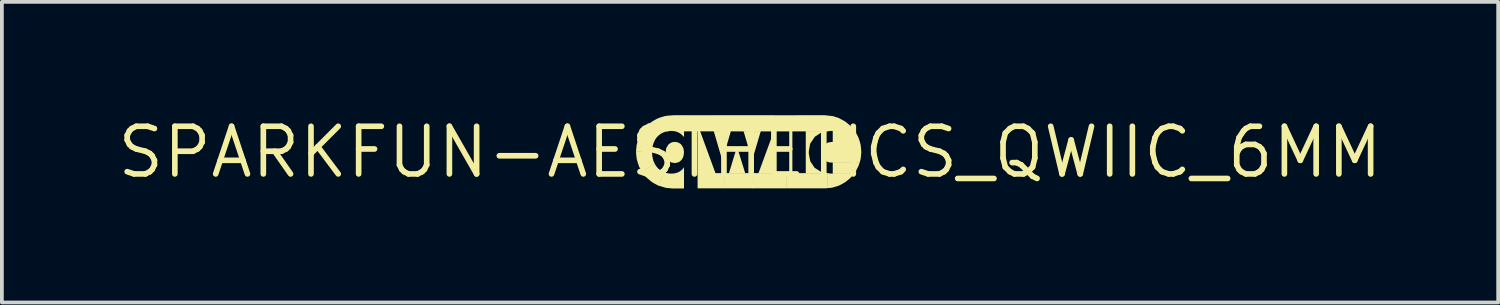
<source format=kicad_pcb>
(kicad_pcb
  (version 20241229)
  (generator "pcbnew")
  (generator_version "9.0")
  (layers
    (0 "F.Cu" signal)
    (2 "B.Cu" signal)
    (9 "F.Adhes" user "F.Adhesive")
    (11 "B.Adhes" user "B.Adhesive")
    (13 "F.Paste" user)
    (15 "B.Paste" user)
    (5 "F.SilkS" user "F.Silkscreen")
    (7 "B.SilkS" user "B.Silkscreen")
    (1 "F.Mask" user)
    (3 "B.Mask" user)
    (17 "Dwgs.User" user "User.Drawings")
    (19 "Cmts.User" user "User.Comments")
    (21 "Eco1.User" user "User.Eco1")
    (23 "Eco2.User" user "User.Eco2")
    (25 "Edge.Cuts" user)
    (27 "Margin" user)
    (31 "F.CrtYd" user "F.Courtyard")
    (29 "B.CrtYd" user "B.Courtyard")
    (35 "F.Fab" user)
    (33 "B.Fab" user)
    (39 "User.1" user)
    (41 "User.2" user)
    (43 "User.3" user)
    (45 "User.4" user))
  (footprint "SPARKFUN-AESTHETICS_QWIIC_6MM"
    (layer "F.Cu")
    (at 16.941 1.006)
    (property "Reference" "SPARKFUN-AESTHETICS_QWIIC_6MM" (at 0 0 0) (layer "F.SilkS") (effects (font (size 1.27 1.27) (thickness 0.15))))
    (fp_poly (pts (xy -0.739 0.221) (xy -0.968 -0.563) (xy -0.958 -0.563) (xy -0.51 -0.564)) (stroke (width 0) (type default)) (fill yes) (layer "F.SilkS"))
    (fp_poly (pts (xy -0.162 -0.563) (xy 0.287 -0.563) (xy 0.055 0.219) (xy -0.175 -0.57)) (stroke (width 0) (type default)) (fill yes) (layer "F.SilkS"))
    (fp_poly (pts (xy -0.126 0.569) (xy -0.565 0.569) (xy -0.354 -0.123) (xy -0.344 -0.133)) (stroke (width 0) (type default)) (fill yes) (layer "F.SilkS"))
    (fp_poly (pts (xy 0.079 0.963) (xy -0.678 0.964) (xy -0.678 0.558) (xy 0.078 0.558)) (stroke (width 0) (type default)) (fill yes) (layer "F.SilkS"))
    (fp_poly (pts (xy 0.646 -0.554) (xy -0.967 -0.555) (xy -0.967 -0.985) (xy 0.646 -0.985)) (stroke (width 0) (type default)) (fill yes) (layer "F.SilkS"))
    (fp_poly (pts (xy 0.686 0.569) (xy 0.221 0.569) (xy 0.637 -0.563) (xy 0.686 -0.563)) (stroke (width 0) (type default)) (fill yes) (layer "F.SilkS"))
    (fp_poly (pts (xy 0.969 0.964) (xy 0.069 0.964) (xy 0.069 0.558) (xy 0.969 0.558)) (stroke (width 0) (type default)) (fill yes) (layer "F.SilkS"))
    (fp_poly (pts (xy 1.128 0.567) (xy 1.044 0.567) (xy 1.044 -0.564) (xy 1.128 -0.564)) (stroke (width 0) (type default)) (fill yes) (layer "F.SilkS"))
    (fp_poly (pts (xy -0.958 -0.555) (xy -1.768 -0.555) (xy -1.768 -0.973) (xy -1.77 -0.973) (xy -1.77 -0.985) (xy -0.958 -0.985)) (stroke (width 0) (type default)) (fill yes) (layer "F.SilkS"))
    (fp_poly (pts (xy 1.497 -0.553) (xy 0.636 -0.553) (xy 0.636 -0.979) (xy 0.641 -0.979) (xy 0.641 -0.984) (xy 1.496 -0.985)) (stroke (width 0) (type default)) (fill yes) (layer "F.SilkS"))
    (fp_poly (pts (xy 2.072 0.959) (xy 1.976 0.964) (xy 0.961 0.964) (xy 0.962 0.569) (xy 0.954 0.558) (xy 2.072 0.558)) (stroke (width 0) (type default)) (fill yes) (layer "F.SilkS"))
    (fp_poly (pts (xy -0.922 0.558) (xy -0.669 0.558) (xy -0.669 0.964) (xy -1.398 0.964) (xy -1.399 -0.559) (xy -1.399 -0.566) (xy -1.333 -0.566)) (stroke (width 0) (type default)) (fill yes) (layer "F.SilkS"))
    (fp_poly (pts (xy 2.212 -0.96) (xy 2.212 -0.567) (xy 2.144 -0.567) (xy 2.052 -0.553) (xy 1.488 -0.553) (xy 1.488 -0.985) (xy 1.992 -0.985)) (stroke (width 0) (type default)) (fill yes) (layer "F.SilkS"))
    (fp_poly (pts (xy 2.214 -0.575) (xy 2.782 -0.575) (xy 2.808 -0.54) (xy 2.84 -0.484) (xy 2.879 -0.412) (xy 2.899 -0.362) (xy 2.93 -0.266) (xy 2.204 -0.265) (xy 2.204 -0.585)) (stroke (width 0) (type default)) (fill yes) (layer "F.SilkS"))
    (fp_poly (pts (xy 2.903 0.332) (xy 2.891 0.367) (xy 2.852 0.442) (xy 2.791 0.548) (xy 2.767 0.579) (xy 2.204 0.579) (xy 2.204 0.27) (xy 2.208 0.266) (xy 2.924 0.266)) (stroke (width 0) (type default)) (fill yes) (layer "F.SilkS"))
    (fp_poly (pts (xy 2.304 -0.93) (xy 2.357 -0.913) (xy 2.423 -0.88) (xy 2.507 -0.834) (xy 2.551 -0.807) (xy 2.584 -0.779) (xy 2.628 -0.743) (xy 2.668 -0.71) (xy 2.707 -0.669) (xy 2.791 -0.565) (xy 2.203 -0.565) (xy 2.203 -0.962)) (stroke (width 0) (type default)) (fill yes) (layer "F.SilkS"))
    (fp_poly (pts (xy 2.932 -0.256) (xy 2.944 -0.216) (xy 2.949 -0.184) (xy 2.96 -0.083) (xy 2.966 0.005) (xy 2.95 0.161) (xy 2.941 0.209) (xy 2.92 0.277) (xy 2.203 0.278) (xy 2.203 -0.271) (xy 2.207 -0.275) (xy 2.927 -0.275)) (stroke (width 0) (type default)) (fill yes) (layer "F.SilkS"))
    (fp_poly (pts (xy 1.494 -0.562) (xy 2.054 -0.562) (xy 2.055 -0.551) (xy 1.888 -0.518) (xy 1.726 -0.411) (xy 1.601 -0.224) (xy 1.566 -0.019) (xy 1.566 0.034) (xy 1.605 0.241) (xy 1.719 0.415) (xy 1.897 0.528) (xy 2.067 0.559) (xy 2.066 0.57) (xy 1.485 0.57) (xy 1.485 -0.567)) (stroke (width 0) (type default)) (fill yes) (layer "F.SilkS"))
    (fp_poly (pts (xy 2.105 0.565) (xy 2.147 0.569) (xy 2.196 0.571) (xy 2.774 0.571) (xy 2.705 0.653) (xy 2.661 0.698) (xy 2.586 0.761) (xy 2.523 0.808) (xy 2.457 0.845) (xy 2.4 0.875) (xy 2.337 0.902) (xy 2.267 0.923) (xy 2.205 0.941) (xy 2.186 0.947) (xy 2.062 0.959) (xy 2.062 0.559) (xy 2.071 0.559)) (stroke (width 0) (type default)) (fill yes) (layer "F.SilkS"))
    (fp_poly (pts (xy 2.213 0.276) (xy 2.139 0.276) (xy 2.091 0.267) (xy 2.038 0.245) (xy 1.997 0.213) (xy 1.97 0.172) (xy 1.943 0.121) (xy 1.927 0.029) (xy 1.927 -0.012) (xy 1.936 -0.089) (xy 1.957 -0.141) (xy 1.981 -0.187) (xy 2.02 -0.222) (xy 2.057 -0.248) (xy 2.088 -0.258) (xy 2.145 -0.269) (xy 2.206 -0.273) (xy 2.213 -0.273)) (stroke (width 0) (type default)) (fill yes) (layer "F.SilkS"))
    (fp_poly (pts (xy -2.529 0.33) (xy -2.505 0.367) (xy -2.487 0.391) (xy -2.465 0.416) (xy -2.439 0.443) (xy -2.409 0.469) (xy -2.38 0.489) (xy -2.345 0.51) (xy -2.313 0.526) (xy -2.277 0.539) (xy -2.444 0.892) (xy -2.489 0.867) (xy -2.523 0.849) (xy -2.564 0.827) (xy -2.611 0.798) (xy -2.634 0.781) (xy -2.75 0.686) (xy -2.813 0.611) (xy -2.847 0.57) (xy -2.887 0.516) (xy -2.544 0.303)) (stroke (width 0) (type default)) (fill yes) (layer "F.SilkS"))
    (fp_poly (pts (xy -2.612 -0.002) (xy -2.611 0.024) (xy -2.607 0.088) (xy -2.602 0.12) (xy -2.592 0.164) (xy -2.581 0.212) (xy -2.57 0.244) (xy -2.555 0.277) (xy -2.54 0.311) (xy -2.924 0.551) (xy -2.887 0.514) (xy -2.896 0.498) (xy -2.923 0.448) (xy -2.948 0.403) (xy -2.97 0.348) (xy -2.998 0.264) (xy -3.016 0.197) (xy -3.023 0.164) (xy -3.027 0.125) (xy -3.027 0.125) (xy -3.032 0.078) (xy -3.037 0.026) (xy -3.038 -0.023) (xy -2.61 -0.042)) (stroke (width 0) (type default)) (fill yes) (layer "F.SilkS"))
    (fp_poly (pts (xy -1.76 0.414) (xy -1.76 0.967) (xy -2.072 0.967) (xy -2.244 0.95) (xy -2.452 0.889) (xy -2.287 0.536) (xy -2.221 0.557) (xy -2.16 0.567) (xy -2.125 0.57) (xy -2.095 0.571) (xy -2.065 0.571) (xy -2.03 0.567) (xy -1.998 0.562) (xy -1.97 0.555) (xy -1.933 0.543) (xy -1.906 0.531) (xy -1.876 0.515) (xy -1.855 0.501) (xy -1.836 0.486) (xy -1.813 0.467) (xy -1.795 0.448) (xy -1.785 0.435) (xy -1.779 0.425) (xy -1.768 0.406)) (stroke (width 0) (type default)) (fill yes) (layer "F.SilkS"))
    (fp_poly (pts (xy -1.931 -0.263) (xy -1.881 -0.24) (xy -1.838 -0.208) (xy -1.802 -0.154) (xy -1.78 -0.115) (xy -1.77 -0.071) (xy -1.762 -0.015) (xy -1.764 0.042) (xy -1.773 0.097) (xy -1.789 0.146) (xy -1.819 0.195) (xy -1.853 0.232) (xy -1.898 0.266) (xy -2.003 0.292) (xy -2.111 0.27) (xy -2.186 0.204) (xy -2.216 0.156) (xy -2.237 0.102) (xy -2.251 -0.004) (xy -2.233 -0.11) (xy -2.18 -0.198) (xy -2.18 -0.201) (xy -2.135 -0.235) (xy -2.087 -0.261) (xy -2.034 -0.273) (xy -1.981 -0.273)) (stroke (width 0) (type default)) (fill yes) (layer "F.SilkS"))
    (fp_poly (pts (xy -1.759 -0.403) (xy -1.778 -0.425) (xy -1.802 -0.449) (xy -1.827 -0.472) (xy -1.857 -0.495) (xy -1.882 -0.51) (xy -1.91 -0.525) (xy -1.938 -0.537) (xy -1.938 -0.537) (xy -1.96 -0.546) (xy -1.983 -0.552) (xy -1.996 -0.555) (xy -2.026 -0.561) (xy -2.047 -0.563) (xy -2.077 -0.566) (xy -2.094 -0.566) (xy -2.141 -0.564) (xy -2.182 -0.56) (xy -2.232 -0.551) (xy -2.272 -0.541) (xy -2.307 -0.527) (xy -2.342 -0.511) (xy -2.601 -0.823) (xy -2.592 -0.828) (xy -2.526 -0.865) (xy -2.465 -0.898) (xy -2.396 -0.924) (xy -2.27 -0.961) (xy -2.203 -0.972) (xy -2.038 -0.985) (xy -1.759 -0.985)) (stroke (width 0) (type default)) (fill yes) (layer "F.SilkS"))
    (fp_poly (pts (xy -2.332 -0.516) (xy -2.375 -0.493) (xy -2.402 -0.473) (xy -2.455 -0.43) (xy -2.486 -0.395) (xy -2.509 -0.365) (xy -2.524 -0.344) (xy -2.542 -0.309) (xy -2.559 -0.273) (xy -2.572 -0.243) (xy -2.585 -0.202) (xy -2.593 -0.17) (xy -2.6 -0.138) (xy -2.604 -0.109) (xy -2.61 -0.035) (xy -3.04 -0.013) (xy -3.036 -0.061) (xy -3.029 -0.129) (xy -3.023 -0.19) (xy -2.984 -0.337) (xy -2.984 -0.329) (xy -2.961 -0.394) (xy -2.921 -0.472) (xy -2.905 -0.501) (xy -2.886 -0.532) (xy -2.867 -0.56) (xy -2.845 -0.589) (xy -2.813 -0.628) (xy -2.778 -0.67) (xy -2.752 -0.699) (xy -2.734 -0.715) (xy -2.71 -0.736) (xy -2.682 -0.76) (xy -2.633 -0.8) (xy -2.593 -0.827)) (stroke (width 0) (type default)) (fill yes) (layer "F.SilkS")))
  (gr_rect
    (start -3 -3)
    (end 36.881 5.012)
    (stroke (width 0.1) (type default))
    (fill no)
    (layer "Edge.Cuts")))
</source>
